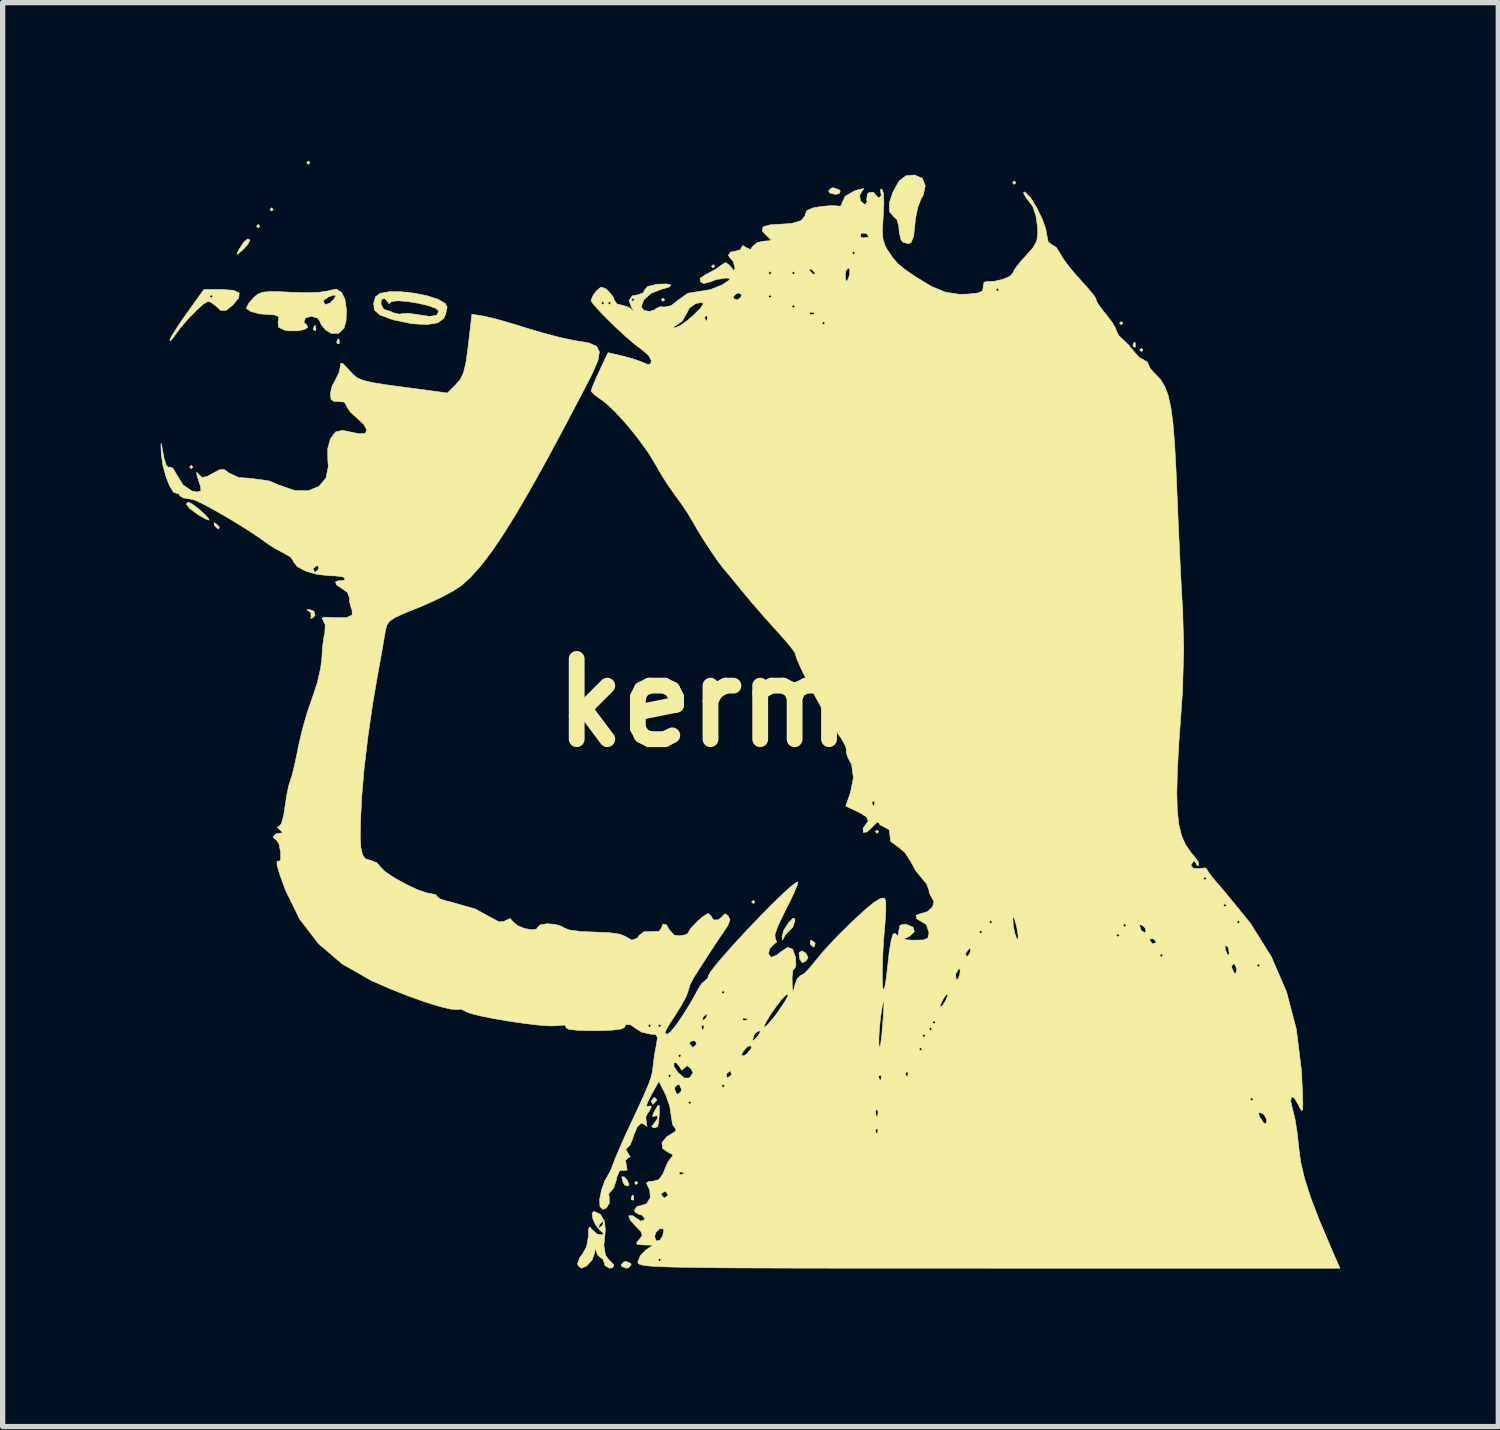
<source format=kicad_pcb>
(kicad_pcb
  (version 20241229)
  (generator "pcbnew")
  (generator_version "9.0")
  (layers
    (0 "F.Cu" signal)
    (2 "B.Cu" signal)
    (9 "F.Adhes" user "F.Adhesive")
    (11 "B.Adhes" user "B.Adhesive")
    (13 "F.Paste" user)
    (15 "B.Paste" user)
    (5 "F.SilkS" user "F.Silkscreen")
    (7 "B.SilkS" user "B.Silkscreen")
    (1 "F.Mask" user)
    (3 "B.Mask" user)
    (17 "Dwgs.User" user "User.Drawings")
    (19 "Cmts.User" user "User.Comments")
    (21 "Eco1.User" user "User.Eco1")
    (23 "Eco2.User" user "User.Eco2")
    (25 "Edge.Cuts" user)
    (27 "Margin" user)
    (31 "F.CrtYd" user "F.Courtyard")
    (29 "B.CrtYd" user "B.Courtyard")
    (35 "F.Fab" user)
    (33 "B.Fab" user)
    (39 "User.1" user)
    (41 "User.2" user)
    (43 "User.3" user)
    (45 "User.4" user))
  (footprint "kermit"
    (layer "F.Cu")
    (at 11.09 10.292)
    (property "Reference" "kermit" (at 0 0 0) (layer "F.SilkS") (effects (font (size 1.524 1.524) (thickness 0.3))))
    (attr through_hole)
    (fp_poly (pts (xy -10.477 -4.477) (xy -10.509 -4.445) (xy -10.541 -4.477) (xy -10.509 -4.508) (xy -10.477 -4.477)) (stroke (width 0.01) (type solid)) (fill yes) (layer "F.SilkS"))
    (fp_poly (pts (xy -9.207 -9.049) (xy -9.239 -9.017) (xy -9.271 -9.049) (xy -9.239 -9.081) (xy -9.207 -9.049)) (stroke (width 0.01) (type solid)) (fill yes) (layer "F.SilkS"))
    (fp_poly (pts (xy -8.954 -9.366) (xy -8.985 -9.335) (xy -9.017 -9.366) (xy -8.985 -9.398) (xy -8.954 -9.366)) (stroke (width 0.01) (type solid)) (fill yes) (layer "F.SilkS"))
    (fp_poly (pts (xy -8.255 -10.255) (xy -8.287 -10.223) (xy -8.319 -10.255) (xy -8.287 -10.287) (xy -8.255 -10.255)) (stroke (width 0.01) (type solid)) (fill yes) (layer "F.SilkS"))
    (fp_poly (pts (xy -2.032 9.112) (xy -2.064 9.144) (xy -2.095 9.112) (xy -2.064 9.081) (xy -2.032 9.112)) (stroke (width 0.01) (type solid)) (fill yes) (layer "F.SilkS"))
    (fp_poly (pts (xy -1.524 -7.652) (xy -1.556 -7.62) (xy -1.587 -7.652) (xy -1.556 -7.684) (xy -1.524 -7.652)) (stroke (width 0.01) (type solid)) (fill yes) (layer "F.SilkS"))
    (fp_poly (pts (xy -0.572 -8.287) (xy -0.603 -8.255) (xy -0.635 -8.287) (xy -0.603 -8.319) (xy -0.572 -8.287)) (stroke (width 0.01) (type solid)) (fill yes) (layer "F.SilkS"))
    (fp_poly (pts (xy 0.191 3.778) (xy 0.159 3.81) (xy 0.127 3.778) (xy 0.159 3.747) (xy 0.191 3.778)) (stroke (width 0.01) (type solid)) (fill yes) (layer "F.SilkS"))
    (fp_poly (pts (xy 2.54 2.445) (xy 2.508 2.477) (xy 2.477 2.445) (xy 2.508 2.413) (xy 2.54 2.445)) (stroke (width 0.01) (type solid)) (fill yes) (layer "F.SilkS"))
    (fp_poly (pts (xy 5.144 -9.874) (xy 5.112 -9.842) (xy 5.08 -9.874) (xy 5.112 -9.906) (xy 5.144 -9.874)) (stroke (width 0.01) (type solid)) (fill yes) (layer "F.SilkS"))
    (fp_poly (pts (xy 7.176 -7.207) (xy 7.144 -7.176) (xy 7.112 -7.207) (xy 7.144 -7.239) (xy 7.176 -7.207)) (stroke (width 0.01) (type solid)) (fill yes) (layer "F.SilkS"))
    (fp_poly (pts (xy 7.556 -6.699) (xy 7.525 -6.668) (xy 7.493 -6.699) (xy 7.525 -6.731) (xy 7.556 -6.699)) (stroke (width 0.01) (type solid)) (fill yes) (layer "F.SilkS"))
    (fp_poly (pts (xy -8.149 -7.154) (xy -8.142 -7.079) (xy -8.149 -7.07) (xy -8.187 -7.078) (xy -8.191 -7.112) (xy -8.168 -7.164) (xy -8.149 -7.154)) (stroke (width 0.01) (type solid)) (fill yes) (layer "F.SilkS"))
    (fp_poly (pts (xy -7.705 -6.9) (xy -7.697 -6.825) (xy -7.705 -6.816) (xy -7.742 -6.824) (xy -7.747 -6.858) (xy -7.724 -6.91) (xy -7.705 -6.9)) (stroke (width 0.01) (type solid)) (fill yes) (layer "F.SilkS"))
    (fp_poly (pts (xy -2.117 9.356) (xy -2.109 9.431) (xy -2.117 9.44) (xy -2.154 9.432) (xy -2.159 9.398) (xy -2.136 9.346) (xy -2.117 9.356)) (stroke (width 0.01) (type solid)) (fill yes) (layer "F.SilkS"))
    (fp_poly (pts (xy 7.408 -6.837) (xy 7.416 -6.761) (xy 7.408 -6.752) (xy 7.371 -6.761) (xy 7.366 -6.795) (xy 7.389 -6.847) (xy 7.408 -6.837)) (stroke (width 0.01) (type solid)) (fill yes) (layer "F.SilkS"))
    (fp_poly (pts (xy -10.043 -3.403) (xy -9.975 -3.339) (xy -9.989 -3.303) (xy -9.998 -3.302) (xy -10.051 -3.347) (xy -10.071 -3.375) (xy -10.078 -3.419) (xy -10.043 -3.403)) (stroke (width 0.01) (type solid)) (fill yes) (layer "F.SilkS"))
    (fp_poly (pts (xy -2.295 8.998) (xy -2.239 9.052) (xy -2.199 9.138) (xy -2.216 9.172) (xy -2.282 9.153) (xy -2.313 9.103) (xy -2.338 8.997) (xy -2.295 8.998)) (stroke (width 0.01) (type solid)) (fill yes) (layer "F.SilkS"))
    (fp_poly (pts (xy 1.157 4.751) (xy 1.199 4.838) (xy 1.158 4.9) (xy 1.087 4.934) (xy 1.042 4.866) (xy 1.027 4.747) (xy 1.08 4.706) (xy 1.157 4.751)) (stroke (width 0.01) (type solid)) (fill yes) (layer "F.SilkS"))
    (fp_poly (pts (xy -2.17 10.639) (xy -2.159 10.668) (xy -2.21 10.724) (xy -2.254 10.732) (xy -2.339 10.697) (xy -2.349 10.668) (xy -2.298 10.612) (xy -2.254 10.604) (xy -2.17 10.639)) (stroke (width 0.01) (type solid)) (fill yes) (layer "F.SilkS"))
    (fp_poly (pts (xy -1.673 7.532) (xy -1.683 7.556) (xy -1.74 7.617) (xy -1.75 7.62) (xy -1.777 7.571) (xy -1.778 7.556) (xy -1.729 7.495) (xy -1.711 7.493) (xy -1.673 7.532)) (stroke (width 0.01) (type solid)) (fill yes) (layer "F.SilkS"))
    (fp_poly (pts (xy 1.331 4.555) (xy 1.333 4.572) (xy 1.312 4.634) (xy 1.305 4.636) (xy 1.251 4.591) (xy 1.238 4.572) (xy 1.243 4.513) (xy 1.266 4.508) (xy 1.331 4.555)) (stroke (width 0.01) (type solid)) (fill yes) (layer "F.SilkS"))
    (fp_poly (pts (xy 1.787 -9.74) (xy 1.81 -9.716) (xy 1.79 -9.666) (xy 1.718 -9.652) (xy 1.613 -9.678) (xy 1.587 -9.716) (xy 1.639 -9.772) (xy 1.679 -9.779) (xy 1.787 -9.74)) (stroke (width 0.01) (type solid)) (fill yes) (layer "F.SilkS"))
    (fp_poly (pts (xy -9.4 -8.792) (xy -9.398 -8.777) (xy -9.441 -8.697) (xy -9.534 -8.598) (xy -9.628 -8.518) (xy -9.642 -8.526) (xy -9.597 -8.617) (xy -9.516 -8.74) (xy -9.44 -8.806) (xy -9.4 -8.792)) (stroke (width 0.01) (type solid)) (fill yes) (layer "F.SilkS"))
    (fp_poly (pts (xy -8.18 -1.74) (xy -8.159 -1.663) (xy -8.2 -1.614) (xy -8.245 -1.605) (xy -8.233 -1.636) (xy -8.24 -1.715) (xy -8.27 -1.736) (xy -8.313 -1.765) (xy -8.275 -1.773) (xy -8.18 -1.74)) (stroke (width 0.01) (type solid)) (fill yes) (layer "F.SilkS"))
    (fp_poly (pts (xy -10.486 -3.771) (xy -10.375 -3.686) (xy -10.261 -3.585) (xy -10.182 -3.501) (xy -10.169 -3.468) (xy -10.231 -3.488) (xy -10.357 -3.558) (xy -10.396 -3.583) (xy -10.541 -3.692) (xy -10.604 -3.773) (xy -10.572 -3.808) (xy -10.557 -3.808) (xy -10.486 -3.771)) (stroke (width 0.01) (type solid)) (fill yes) (layer "F.SilkS"))
    (fp_poly (pts (xy 0.946 4.096) (xy 0.95 4.14) (xy 0.907 4.262) (xy 0.867 4.299) (xy 0.766 4.403) (xy 0.745 4.445) (xy 0.714 4.503) (xy 0.704 4.437) (xy 0.704 4.436) (xy 0.738 4.315) (xy 0.823 4.182) (xy 0.91 4.09) (xy 0.946 4.096)) (stroke (width 0.01) (type solid)) (fill yes) (layer "F.SilkS"))
    (fp_poly (pts (xy -1.623 7.646) (xy -1.623 7.771) (xy -1.624 7.795) (xy -1.637 7.964) (xy -1.658 8.042) (xy -1.7 8.064) (xy -1.727 8.065) (xy -1.771 8.046) (xy -1.727 7.988) (xy -1.662 7.896) (xy -1.66 7.836) (xy -1.721 7.846) (xy -1.757 7.847) (xy -1.719 7.755) (xy -1.651 7.642) (xy -1.623 7.646)) (stroke (width 0.01) (type solid)) (fill yes) (layer "F.SilkS"))
    (fp_poly (pts (xy 3.367 -9.956) (xy 3.424 -9.819) (xy 3.385 -9.639) (xy 3.342 -9.561) (xy 3.283 -9.412) (xy 3.239 -9.198) (xy 3.226 -9.073) (xy 3.203 -8.858) (xy 3.158 -8.745) (xy 3.104 -8.713) (xy 2.996 -8.746) (xy 2.961 -8.797) (xy 2.928 -8.945) (xy 2.921 -9.047) (xy 2.884 -9.177) (xy 2.826 -9.23) (xy 2.745 -9.323) (xy 2.743 -9.495) (xy 2.809 -9.697) (xy 2.927 -9.906) (xy 3.058 -10.007) (xy 3.222 -10.021) (xy 3.367 -9.956)) (stroke (width 0.01) (type solid)) (fill yes) (layer "F.SilkS"))
    (fp_poly (pts (xy -9.704 -7.831) (xy -9.599 -7.781) (xy -9.608 -7.688) (xy -9.716 -7.556) (xy -9.848 -7.45) (xy -9.947 -7.447) (xy -10.033 -7.525) (xy -10.137 -7.605) (xy -10.191 -7.62) (xy -10.273 -7.575) (xy -10.404 -7.458) (xy -10.559 -7.3) (xy -10.709 -7.127) (xy -10.826 -6.97) (xy -10.839 -6.949) (xy -10.898 -6.876) (xy -10.918 -6.883) (xy -10.885 -6.956) (xy -10.793 -7.105) (xy -10.66 -7.302) (xy -10.595 -7.393) (xy -10.364 -7.715) (xy -10.16 -7.715) (xy -10.128 -7.684) (xy -10.097 -7.715) (xy -10.128 -7.747) (xy -10.16 -7.715) (xy -10.364 -7.715) (xy -10.269 -7.847) (xy -9.929 -7.847) (xy -9.704 -7.831)) (stroke (width 0.01) (type solid)) (fill yes) (layer "F.SilkS"))
    (fp_poly (pts (xy -6.521 -7.804) (xy -6.269 -7.776) (xy -6.024 -7.726) (xy -5.82 -7.659) (xy -5.686 -7.58) (xy -5.652 -7.513) (xy -5.68 -7.383) (xy -5.717 -7.298) (xy -5.831 -7.214) (xy -6.038 -7.18) (xy -6.318 -7.197) (xy -6.648 -7.265) (xy -6.715 -7.284) (xy -6.93 -7.364) (xy -7.035 -7.459) (xy -7.045 -7.572) (xy -6.909 -7.572) (xy -6.861 -7.477) (xy -6.825 -7.46) (xy -6.719 -7.428) (xy -6.68 -7.407) (xy -6.557 -7.378) (xy -6.516 -7.386) (xy -6.401 -7.395) (xy -6.233 -7.374) (xy -6.217 -7.371) (xy -5.982 -7.336) (xy -5.85 -7.358) (xy -5.81 -7.436) (xy -5.866 -7.488) (xy -6.007 -7.54) (xy -6.199 -7.585) (xy -6.403 -7.618) (xy -6.585 -7.632) (xy -6.706 -7.62) (xy -6.736 -7.594) (xy -6.757 -7.574) (xy -6.773 -7.604) (xy -6.84 -7.679) (xy -6.901 -7.656) (xy -6.909 -7.572) (xy -7.045 -7.572) (xy -7.046 -7.591) (xy -7.01 -7.71) (xy -6.923 -7.775) (xy -6.75 -7.805) (xy -6.521 -7.804)) (stroke (width 0.01) (type solid)) (fill yes) (layer "F.SilkS"))
    (fp_poly (pts (xy -2.744 9.708) (xy -2.663 9.844) (xy -2.649 10.013) (xy -2.677 10.298) (xy -2.647 10.485) (xy -2.578 10.576) (xy -2.486 10.669) (xy -2.508 10.722) (xy -2.572 10.732) (xy -2.656 10.681) (xy -2.667 10.636) (xy -2.699 10.552) (xy -2.726 10.541) (xy -2.789 10.489) (xy -2.814 10.43) (xy -2.838 10.355) (xy -2.848 10.404) (xy -2.85 10.434) (xy -2.901 10.576) (xy -3.008 10.692) (xy -3.107 10.732) (xy -3.168 10.68) (xy -3.175 10.641) (xy -3.133 10.526) (xy -3.073 10.448) (xy -3.004 10.318) (xy -2.972 10.134) (xy -2.972 10.114) (xy -2.965 9.974) (xy -2.941 9.947) (xy -2.911 9.989) (xy -2.812 10.08) (xy -2.747 10.097) (xy -2.677 10.088) (xy -2.712 10.043) (xy -2.744 10.017) (xy -2.788 9.965) (xy -2.778 9.965) (xy -2.77 9.97) (xy -2.712 9.925) (xy -2.699 9.906) (xy -2.683 9.847) (xy -2.691 9.842) (xy -2.749 9.887) (xy -2.762 9.906) (xy -2.778 9.965) (xy -2.788 9.965) (xy -2.828 9.917) (xy -2.886 9.793) (xy -2.902 9.69) (xy -2.866 9.652) (xy -2.744 9.708)) (stroke (width 0.01) (type solid)) (fill yes) (layer "F.SilkS"))
    (fp_poly (pts (xy -7.656 -7.792) (xy -7.592 -7.66) (xy -7.563 -7.461) (xy -7.571 -7.252) (xy -7.609 -7.112) (xy -7.71 -7.015) (xy -7.852 -7.013) (xy -7.963 -7.083) (xy -8.044 -7.185) (xy -8.065 -7.237) (xy -8.116 -7.306) (xy -8.227 -7.337) (xy -8.332 -7.312) (xy -8.344 -7.302) (xy -8.372 -7.224) (xy -8.321 -7.177) (xy -8.297 -7.127) (xy -8.365 -7.086) (xy -8.493 -7.061) (xy -8.646 -7.061) (xy -8.735 -7.075) (xy -8.851 -7.128) (xy -8.863 -7.221) (xy -8.858 -7.241) (xy -8.85 -7.331) (xy -8.927 -7.364) (xy -8.997 -7.367) (xy -9.209 -7.384) (xy -9.375 -7.427) (xy -9.458 -7.485) (xy -9.461 -7.5) (xy -9.421 -7.581) (xy -9.393 -7.613) (xy -8.001 -7.613) (xy -7.964 -7.559) (xy -7.877 -7.589) (xy -7.811 -7.652) (xy -7.76 -7.73) (xy -7.807 -7.74) (xy -7.901 -7.708) (xy -7.988 -7.646) (xy -8.001 -7.613) (xy -9.393 -7.613) (xy -9.326 -7.692) (xy -9.251 -7.756) (xy -9.162 -7.793) (xy -9.029 -7.808) (xy -8.822 -7.805) (xy -8.615 -7.794) (xy -8.322 -7.786) (xy -8.079 -7.794) (xy -7.92 -7.818) (xy -7.897 -7.826) (xy -7.759 -7.855) (xy -7.656 -7.792)) (stroke (width 0.01) (type solid)) (fill yes) (layer "F.SilkS"))
    (fp_poly (pts (xy 2.24 -9.734) (xy 2.229 -9.726) (xy 2.178 -9.634) (xy 2.195 -9.525) (xy 2.267 -9.463) (xy 2.282 -9.461) (xy 2.32 -9.507) (xy 2.311 -9.55) (xy 2.325 -9.657) (xy 2.357 -9.689) (xy 2.441 -9.693) (xy 2.462 -9.663) (xy 2.529 -9.593) (xy 2.552 -9.588) (xy 2.589 -9.635) (xy 2.579 -9.687) (xy 2.575 -9.753) (xy 2.603 -9.747) (xy 2.631 -9.666) (xy 2.638 -9.484) (xy 2.626 -9.247) (xy 2.61 -8.987) (xy 2.619 -8.812) (xy 2.659 -8.682) (xy 2.705 -8.599) (xy 2.807 -8.448) (xy 2.904 -8.338) (xy 3.031 -8.232) (xy 3.227 -8.096) (xy 3.239 -8.089) (xy 3.546 -7.902) (xy 3.808 -7.796) (xy 4.065 -7.756) (xy 4.229 -7.759) (xy 4.417 -7.779) (xy 4.505 -7.815) (xy 4.513 -7.842) (xy 4.763 -7.842) (xy 4.794 -7.811) (xy 4.826 -7.842) (xy 4.794 -7.874) (xy 4.763 -7.842) (xy 4.513 -7.842) (xy 4.523 -7.88) (xy 4.521 -7.893) (xy 4.54 -7.984) (xy 4.584 -7.996) (xy 4.727 -8.001) (xy 4.889 -8.038) (xy 5.024 -8.093) (xy 5.081 -8.151) (xy 5.081 -8.152) (xy 5.122 -8.234) (xy 5.228 -8.37) (xy 5.327 -8.48) (xy 5.47 -8.641) (xy 5.54 -8.768) (xy 5.559 -8.914) (xy 5.553 -9.042) (xy 5.523 -9.247) (xy 5.47 -9.409) (xy 5.443 -9.452) (xy 5.339 -9.587) (xy 5.288 -9.677) (xy 5.304 -9.7) (xy 5.323 -9.69) (xy 5.426 -9.583) (xy 5.54 -9.399) (xy 5.644 -9.185) (xy 5.713 -8.988) (xy 5.729 -8.893) (xy 5.759 -8.747) (xy 5.821 -8.7) (xy 5.91 -8.647) (xy 5.967 -8.557) (xy 6.041 -8.432) (xy 6.17 -8.259) (xy 6.281 -8.128) (xy 6.464 -7.924) (xy 6.577 -7.793) (xy 6.639 -7.715) (xy 6.664 -7.67) (xy 6.67 -7.639) (xy 6.71 -7.564) (xy 6.807 -7.434) (xy 6.861 -7.368) (xy 6.974 -7.219) (xy 7.041 -7.101) (xy 7.048 -7.07) (xy 7.095 -6.974) (xy 7.163 -6.909) (xy 7.284 -6.794) (xy 7.386 -6.668) (xy 7.488 -6.554) (xy 7.574 -6.509) (xy 7.646 -6.463) (xy 7.652 -6.437) (xy 7.695 -6.345) (xy 7.787 -6.246) (xy 7.888 -6.14) (xy 7.969 -6.009) (xy 8.034 -5.838) (xy 8.085 -5.61) (xy 8.125 -5.312) (xy 8.157 -4.927) (xy 8.183 -4.44) (xy 8.199 -4.064) (xy 8.219 -3.579) (xy 8.241 -3.079) (xy 8.264 -2.598) (xy 8.286 -2.168) (xy 8.305 -1.822) (xy 8.31 -1.746) (xy 8.331 -1.015) (xy 8.305 -0.198) (xy 8.281 0.159) (xy 8.236 0.783) (xy 8.209 1.296) (xy 8.199 1.712) (xy 8.208 2.044) (xy 8.237 2.308) (xy 8.288 2.518) (xy 8.362 2.687) (xy 8.459 2.831) (xy 8.523 2.904) (xy 8.604 3.016) (xy 8.617 3.088) (xy 8.615 3.09) (xy 8.576 3.083) (xy 8.572 3.055) (xy 8.535 3.007) (xy 8.508 3.017) (xy 8.465 3.083) (xy 8.513 3.138) (xy 8.617 3.148) (xy 8.641 3.142) (xy 8.74 3.132) (xy 8.765 3.155) (xy 8.806 3.224) (xy 8.912 3.358) (xy 9.062 3.531) (xy 9.084 3.556) (xy 9.598 4.186) (xy 9.994 4.822) (xy 10.281 5.485) (xy 10.468 6.197) (xy 10.564 6.977) (xy 10.571 7.115) (xy 10.585 7.425) (xy 10.591 7.623) (xy 10.586 7.723) (xy 10.568 7.741) (xy 10.536 7.692) (xy 10.501 7.62) (xy 10.424 7.494) (xy 10.373 7.48) (xy 10.361 7.561) (xy 10.397 7.724) (xy 10.406 7.751) (xy 10.444 7.909) (xy 10.481 8.145) (xy 10.51 8.41) (xy 10.512 8.432) (xy 10.55 8.717) (xy 10.624 9.03) (xy 10.74 9.392) (xy 10.905 9.822) (xy 11.124 10.341) (xy 11.149 10.398) (xy 11.296 10.732) (xy 4.632 10.732) (xy 3.567 10.731) (xy 2.622 10.731) (xy 1.79 10.731) (xy 1.063 10.73) (xy 0.435 10.728) (xy -0.102 10.726) (xy -0.555 10.723) (xy -0.931 10.718) (xy -1.238 10.713) (xy -1.481 10.707) (xy -1.669 10.699) (xy -1.809 10.69) (xy -1.907 10.679) (xy -1.972 10.666) (xy -2.009 10.652) (xy -2.027 10.636) (xy -2.032 10.617) (xy -2.032 10.612) (xy -2.016 10.573) (xy -1.651 10.573) (xy -1.619 10.604) (xy -1.587 10.573) (xy -1.619 10.541) (xy -1.651 10.573) (xy -2.016 10.573) (xy -1.983 10.489) (xy -1.889 10.393) (xy -1.746 10.294) (xy -1.925 10.29) (xy -2.045 10.281) (xy -2.055 10.243) (xy -2.006 10.188) (xy -1.964 10.132) (xy -1.714 10.132) (xy -1.682 10.215) (xy -1.614 10.201) (xy -1.561 10.119) (xy -1.541 10.016) (xy -1.55 9.986) (xy -1.621 9.983) (xy -1.691 10.053) (xy -1.714 10.132) (xy -1.964 10.132) (xy -1.95 10.113) (xy -1.97 10.04) (xy -2.074 9.933) (xy -2.174 9.821) (xy -2.204 9.743) (xy -2.2 9.735) (xy -2.126 9.735) (xy -2.082 9.767) (xy -1.977 9.837) (xy -1.912 9.816) (xy -1.905 9.779) (xy -1.956 9.723) (xy -2 9.716) (xy -2.085 9.668) (xy -2.095 9.627) (xy -2.045 9.556) (xy -1.993 9.548) (xy -1.865 9.508) (xy -1.796 9.391) (xy -1.8 9.335) (xy -1.587 9.335) (xy -1.539 9.396) (xy -1.524 9.398) (xy -1.462 9.35) (xy -1.46 9.335) (xy -1.509 9.273) (xy -1.524 9.271) (xy -1.586 9.319) (xy -1.587 9.335) (xy -1.8 9.335) (xy -1.807 9.245) (xy -1.827 9.208) (xy -1.871 9.113) (xy -1.819 9.083) (xy -1.752 9.081) (xy -1.632 9.049) (xy -1.552 8.934) (xy -1.543 8.911) (xy -1.249 8.911) (xy -1.24 8.949) (xy -1.206 8.954) (xy -1.154 8.93) (xy -1.164 8.911) (xy -1.24 8.904) (xy -1.249 8.911) (xy -1.543 8.911) (xy -1.525 8.862) (xy -1.458 8.709) (xy -1.387 8.618) (xy -1.378 8.613) (xy -1.368 8.575) (xy -1.445 8.538) (xy -1.563 8.458) (xy -1.574 8.346) (xy -1.482 8.234) (xy -1.413 8.193) (xy -1.312 8.129) (xy -1.312 8.128) (xy 2.477 8.128) (xy 2.5 8.18) (xy 2.519 8.17) (xy 2.526 8.095) (xy 2.519 8.086) (xy 2.481 8.094) (xy 2.477 8.128) (xy -1.312 8.128) (xy -1.313 8.085) (xy -1.318 8.083) (xy -1.373 8.006) (xy -1.397 7.859) (xy -1.397 7.85) (xy -1.409 7.773) (xy 2.482 7.773) (xy 2.493 7.856) (xy 2.515 7.857) (xy 2.529 7.778) (xy 9.746 7.778) (xy 9.765 7.847) (xy 9.78 7.875) (xy 9.855 7.985) (xy 9.898 7.978) (xy 9.906 7.913) (xy 9.855 7.815) (xy 9.809 7.787) (xy 9.746 7.778) (xy 2.529 7.778) (xy 2.53 7.772) (xy 2.52 7.735) (xy 2.492 7.711) (xy 2.482 7.773) (xy -1.409 7.773) (xy -1.427 7.657) (xy -1.451 7.588) (xy -1.079 7.588) (xy -1.048 7.62) (xy -1.016 7.588) (xy -1.048 7.556) (xy -1.079 7.588) (xy -1.451 7.588) (xy -1.473 7.525) (xy 9.588 7.525) (xy 9.62 7.556) (xy 9.652 7.525) (xy 9.62 7.493) (xy 9.588 7.525) (xy -1.473 7.525) (xy -1.5 7.446) (xy -1.515 7.416) (xy -1.556 7.334) (xy -1.333 7.334) (xy -1.299 7.419) (xy -1.27 7.429) (xy -1.214 7.378) (xy -1.206 7.334) (xy -1.232 7.271) (xy -0.445 7.271) (xy -0.413 7.303) (xy -0.381 7.271) (xy -0.413 7.239) (xy -0.445 7.271) (xy -1.232 7.271) (xy -1.241 7.25) (xy -1.27 7.239) (xy -1.326 7.29) (xy -1.333 7.334) (xy -1.556 7.334) (xy -1.633 7.185) (xy -1.778 7.444) (xy -1.849 7.584) (xy -1.867 7.657) (xy -1.851 7.658) (xy -1.786 7.652) (xy -1.778 7.676) (xy -1.824 7.765) (xy -1.844 7.78) (xy -1.881 7.866) (xy -1.872 7.959) (xy -1.857 8.042) (xy -1.891 8.014) (xy -1.966 7.976) (xy -2.045 8.051) (xy -2.117 8.225) (xy -2.129 8.271) (xy -2.181 8.397) (xy -2.237 8.445) (xy -2.258 8.483) (xy -2.223 8.541) (xy -2.177 8.618) (xy -2.219 8.636) (xy -2.266 8.685) (xy -2.251 8.773) (xy -2.236 8.87) (xy -2.292 8.877) (xy -2.304 8.872) (xy -2.379 8.882) (xy -2.429 8.996) (xy -2.441 9.053) (xy -2.485 9.198) (xy -2.539 9.269) (xy -2.547 9.271) (xy -2.584 9.32) (xy -2.575 9.389) (xy -2.575 9.5) (xy -2.627 9.586) (xy -2.697 9.615) (xy -2.751 9.562) (xy -2.758 9.43) (xy -2.722 9.246) (xy -2.659 9.071) (xy -2.614 8.995) (xy -2.55 8.879) (xy -2.508 8.769) (xy -2.462 8.648) (xy -2.375 8.445) (xy -2.262 8.191) (xy -2.176 8.007) (xy -2.017 7.666) (xy -1.905 7.418) (xy -1.829 7.241) (xy -1.784 7.114) (xy -1.775 7.08) (xy -1.46 7.08) (xy -1.429 7.112) (xy -1.397 7.08) (xy -1.429 7.048) (xy -1.46 7.08) (xy -1.775 7.08) (xy -1.759 7.014) (xy -1.746 6.92) (xy -1.744 6.899) (xy -1.349 6.899) (xy -1.276 7.01) (xy -1.264 7.023) (xy -1.149 7.121) (xy -1.062 7.121) (xy -1.037 7.103) (xy -1.003 7.048) (xy -0.349 7.048) (xy -0.344 7.107) (xy -0.321 7.112) (xy 2.54 7.112) (xy 2.563 7.164) (xy 2.582 7.154) (xy 2.59 7.079) (xy 2.582 7.07) (xy 2.545 7.078) (xy 2.54 7.112) (xy -0.321 7.112) (xy -0.257 7.066) (xy -0.254 7.048) (xy 3.048 7.048) (xy 3.071 7.101) (xy 3.09 7.091) (xy 3.098 7.015) (xy 3.09 7.006) (xy 3.053 7.015) (xy 3.048 7.048) (xy -0.254 7.048) (xy -0.276 6.987) (xy -0.282 6.985) (xy -0.336 7.029) (xy -0.349 7.048) (xy -1.003 7.048) (xy -0.985 7.019) (xy -1.025 6.942) (xy -1.098 6.886) (xy -1.15 6.933) (xy -1.2 6.971) (xy -1.241 6.904) (xy -1.303 6.831) (xy -1.345 6.833) (xy -1.349 6.899) (xy -1.744 6.899) (xy -1.743 6.89) (xy -1.719 6.699) (xy -1.27 6.699) (xy -1.238 6.731) (xy -1.206 6.699) (xy -1.223 6.683) (xy -0.064 6.683) (xy -0.025 6.702) (xy 0.032 6.668) (xy 0.111 6.572) (xy 3.302 6.572) (xy 3.334 6.604) (xy 3.365 6.572) (xy 3.334 6.54) (xy 3.302 6.572) (xy 0.111 6.572) (xy 0.112 6.572) (xy 0.127 6.525) (xy 0.089 6.506) (xy 0.032 6.54) (xy -0.048 6.636) (xy -0.064 6.683) (xy -1.223 6.683) (xy -1.238 6.668) (xy -1.27 6.699) (xy -1.719 6.699) (xy -1.717 6.683) (xy -1.681 6.493) (xy -1.673 6.443) (xy -1.053 6.443) (xy -1.048 6.477) (xy -0.993 6.538) (xy -0.984 6.54) (xy -0.934 6.496) (xy -0.921 6.477) (xy -0.936 6.423) (xy -0.984 6.413) (xy -1.053 6.443) (xy -1.673 6.443) (xy -1.667 6.401) (xy 0.147 6.401) (xy 0.153 6.413) (xy 0.206 6.372) (xy 0.217 6.359) (xy 2.544 6.359) (xy 2.545 6.492) (xy 2.56 6.538) (xy 2.564 6.535) (xy 2.579 6.464) (xy 2.596 6.318) (xy 3.365 6.318) (xy 3.397 6.35) (xy 3.429 6.318) (xy 3.397 6.287) (xy 3.365 6.318) (xy 2.596 6.318) (xy 2.599 6.298) (xy 2.608 6.191) (xy 3.493 6.191) (xy 3.524 6.223) (xy 3.556 6.191) (xy 3.524 6.16) (xy 3.493 6.191) (xy 2.608 6.191) (xy 2.618 6.069) (xy 2.618 6.064) (xy 3.556 6.064) (xy 3.588 6.096) (xy 3.619 6.064) (xy 3.588 6.032) (xy 3.556 6.064) (xy 2.618 6.064) (xy 2.623 6.001) (xy 2.637 5.772) (xy 2.637 5.75) (xy 3.706 5.75) (xy 3.71 5.779) (xy 3.761 5.73) (xy 3.81 5.652) (xy 3.851 5.553) (xy 3.846 5.524) (xy 3.795 5.573) (xy 3.747 5.652) (xy 3.706 5.75) (xy 2.637 5.75) (xy 2.638 5.664) (xy 2.627 5.672) (xy 2.604 5.779) (xy 2.575 5.968) (xy 2.554 6.173) (xy 2.544 6.359) (xy 0.217 6.359) (xy 0.254 6.318) (xy 0.293 6.241) (xy 0.269 6.223) (xy 0.192 6.274) (xy 0.168 6.318) (xy 0.147 6.401) (xy -1.667 6.401) (xy -1.659 6.353) (xy -1.694 6.296) (xy -1.797 6.287) (xy -1.96 6.25) (xy -2.055 6.191) (xy -2.146 6.128) (xy -1.841 6.128) (xy -1.81 6.16) (xy -1.778 6.128) (xy -1.651 6.128) (xy -1.619 6.16) (xy -1.587 6.128) (xy -1.619 6.096) (xy -1.651 6.128) (xy -1.778 6.128) (xy -1.81 6.096) (xy -1.841 6.128) (xy -2.146 6.128) (xy -2.171 6.111) (xy -2.259 6.106) (xy -2.286 6.16) (xy -2.346 6.19) (xy -2.512 6.212) (xy -2.764 6.222) (xy -2.861 6.223) (xy -3.162 6.217) (xy -3.34 6.197) (xy -3.398 6.165) (xy -3.395 6.155) (xy -3.412 6.116) (xy -3.545 6.124) (xy -3.57 6.129) (xy -3.704 6.133) (xy -3.919 6.117) (xy -4.186 6.085) (xy -4.477 6.043) (xy -4.763 5.994) (xy -5.016 5.943) (xy -5.209 5.895) (xy -5.312 5.854) (xy -5.321 5.844) (xy -5.389 5.814) (xy -5.451 5.821) (xy -5.577 5.815) (xy -5.793 5.764) (xy -6.077 5.676) (xy -6.403 5.559) (xy -6.748 5.422) (xy -7.087 5.273) (xy -7.09 5.272) (xy -7.644 4.956) (xy -8.095 4.57) (xy -8.452 4.104) (xy -8.724 3.55) (xy -8.734 3.523) (xy -8.832 3.249) (xy -8.881 3.08) (xy -8.881 3.004) (xy -8.84 3.008) (xy -8.813 2.975) (xy -8.812 2.853) (xy -8.815 2.821) (xy -8.846 2.676) (xy -8.89 2.605) (xy -8.897 2.603) (xy -8.952 2.555) (xy -8.954 2.54) (xy -8.901 2.486) (xy -8.842 2.476) (xy -8.769 2.465) (xy -8.814 2.421) (xy -8.826 2.413) (xy -8.875 2.362) (xy -8.847 2.35) (xy -8.798 2.291) (xy -8.754 2.132) (xy -8.732 1.984) (xy -8.699 1.76) (xy -8.66 1.572) (xy -8.634 1.492) (xy -8.595 1.371) (xy -8.545 1.165) (xy -8.492 0.914) (xy -8.482 0.857) (xy -8.409 0.536) (xy -8.311 0.19) (xy -8.212 -0.095) (xy -8.118 -0.38) (xy -8.053 -0.663) (xy -8.03 -0.857) (xy -8.016 -1.076) (xy -7.989 -1.263) (xy -7.975 -1.321) (xy -7.966 -1.482) (xy -8.001 -1.555) (xy -8.026 -1.608) (xy -7.972 -1.627) (xy -7.817 -1.62) (xy -7.787 -1.617) (xy -7.565 -1.617) (xy -7.455 -1.669) (xy -7.458 -1.769) (xy -7.472 -1.794) (xy -7.506 -1.923) (xy -7.503 -1.984) (xy -7.544 -2.096) (xy -7.646 -2.168) (xy -7.751 -2.238) (xy -7.772 -2.296) (xy -7.698 -2.325) (xy -7.684 -2.318) (xy -7.606 -2.328) (xy -7.589 -2.348) (xy -7.62 -2.389) (xy -7.764 -2.41) (xy -7.876 -2.413) (xy -8.112 -2.437) (xy -8.329 -2.498) (xy -8.409 -2.54) (xy -8.191 -2.54) (xy -8.17 -2.478) (xy -8.163 -2.477) (xy -8.109 -2.521) (xy -8.096 -2.54) (xy -8.101 -2.599) (xy -8.124 -2.603) (xy -8.189 -2.557) (xy -8.191 -2.54) (xy -8.409 -2.54) (xy -8.493 -2.584) (xy -8.57 -2.679) (xy -8.572 -2.697) (xy -8.624 -2.767) (xy -8.749 -2.841) (xy -8.925 -2.933) (xy -9.051 -3.015) (xy -9.24 -3.151) (xy -9.483 -3.309) (xy -9.75 -3.474) (xy -10.014 -3.628) (xy -10.245 -3.755) (xy -10.416 -3.838) (xy -10.477 -3.86) (xy -10.617 -3.884) (xy -10.652 -3.888) (xy -10.726 -3.93) (xy -10.732 -3.951) (xy -10.769 -3.982) (xy -10.785 -3.975) (xy -10.847 -3.999) (xy -10.92 -4.117) (xy -10.991 -4.298) (xy -11.048 -4.509) (xy -11.079 -4.72) (xy -11.079 -4.73) (xy -11.085 -4.877) (xy -11.081 -4.927) (xy -11.072 -4.889) (xy -11.027 -4.647) (xy -10.986 -4.513) (xy -10.943 -4.471) (xy -10.92 -4.478) (xy -10.857 -4.454) (xy -10.793 -4.344) (xy -10.792 -4.343) (xy -10.668 -4.139) (xy -10.497 -4.021) (xy -10.4 -4.003) (xy -10.328 -4.02) (xy -10.33 -4.101) (xy -10.352 -4.163) (xy -10.402 -4.315) (xy -10.407 -4.379) (xy -10.367 -4.341) (xy -10.357 -4.326) (xy -10.3 -4.278) (xy -10.207 -4.299) (xy -10.106 -4.354) (xy -9.97 -4.426) (xy -9.886 -4.43) (xy -9.798 -4.367) (xy -9.791 -4.361) (xy -9.606 -4.277) (xy -9.392 -4.263) (xy -9.043 -4.216) (xy -8.832 -4.13) (xy -8.546 -4.031) (xy -8.291 -4.026) (xy -8.087 -4.108) (xy -7.953 -4.267) (xy -7.907 -4.493) (xy -7.916 -4.583) (xy -7.921 -4.82) (xy -7.867 -5.016) (xy -7.769 -5.143) (xy -7.638 -5.173) (xy -7.637 -5.173) (xy -7.455 -5.135) (xy -7.334 -5.111) (xy -7.209 -5.113) (xy -7.177 -5.179) (xy -7.235 -5.288) (xy -7.366 -5.408) (xy -7.491 -5.521) (xy -7.555 -5.618) (xy -7.556 -5.632) (xy -7.606 -5.71) (xy -7.759 -5.724) (xy -7.795 -5.72) (xy -7.856 -5.76) (xy -7.869 -5.873) (xy -7.835 -6.017) (xy -7.777 -6.124) (xy -7.701 -6.276) (xy -7.682 -6.378) (xy -7.671 -6.449) (xy -7.628 -6.438) (xy -7.532 -6.337) (xy -7.507 -6.308) (xy -7.431 -6.226) (xy -7.351 -6.166) (xy -7.242 -6.12) (xy -7.082 -6.082) (xy -6.844 -6.043) (xy -6.506 -5.997) (xy -6.49 -5.995) (xy -5.646 -5.882) (xy -5.482 -6.047) (xy -5.399 -6.147) (xy -5.341 -6.271) (xy -5.297 -6.451) (xy -5.259 -6.719) (xy -5.25 -6.795) (xy -5.183 -7.378) (xy -4.957 -7.341) (xy -4.797 -7.305) (xy -4.557 -7.24) (xy -4.277 -7.156) (xy -4.128 -7.109) (xy -3.823 -7.018) (xy -3.52 -6.939) (xy -3.266 -6.884) (xy -3.182 -6.87) (xy -2.953 -6.83) (xy -2.815 -6.768) (xy -2.762 -6.664) (xy -2.789 -6.501) (xy -2.892 -6.261) (xy -2.981 -6.085) (xy -3.387 -5.309) (xy -3.746 -4.639) (xy -4.064 -4.068) (xy -4.344 -3.586) (xy -4.594 -3.186) (xy -4.817 -2.858) (xy -5.02 -2.594) (xy -5.208 -2.385) (xy -5.373 -2.233) (xy -5.534 -2.127) (xy -5.774 -1.998) (xy -6.053 -1.869) (xy -6.196 -1.809) (xy -6.467 -1.701) (xy -6.641 -1.62) (xy -6.743 -1.552) (xy -6.796 -1.478) (xy -6.822 -1.382) (xy -6.828 -1.343) (xy -6.859 -1.163) (xy -6.903 -0.912) (xy -6.952 -0.643) (xy -6.954 -0.635) (xy -7.063 -0.001) (xy -7.155 0.634) (xy -7.227 1.232) (xy -7.271 1.749) (xy -7.273 1.779) (xy -7.295 2.206) (xy -7.302 2.521) (xy -7.291 2.741) (xy -7.26 2.881) (xy -7.208 2.957) (xy -7.132 2.984) (xy -7.11 2.985) (xy -6.986 3.036) (xy -6.922 3.111) (xy -6.829 3.204) (xy -6.655 3.321) (xy -6.439 3.441) (xy -6.221 3.544) (xy -6.038 3.608) (xy -5.962 3.619) (xy -5.863 3.644) (xy -5.842 3.676) (xy -5.786 3.722) (xy -5.648 3.765) (xy -5.604 3.774) (xy -5.123 3.91) (xy -4.808 4.081) (xy -4.666 4.158) (xy -4.57 4.148) (xy -4.543 4.13) (xy -4.456 4.094) (xy -4.401 4.155) (xy -4.317 4.227) (xy -4.184 4.282) (xy -4.048 4.307) (xy -3.954 4.293) (xy -3.937 4.262) (xy -3.884 4.213) (xy -3.756 4.193) (xy -3.604 4.204) (xy -3.475 4.244) (xy -3.441 4.268) (xy -3.334 4.31) (xy -3.124 4.339) (xy -2.858 4.35) (xy -2.574 4.362) (xy -2.371 4.391) (xy -2.275 4.431) (xy -2.147 4.504) (xy -2.042 4.468) (xy -2.009 4.414) (xy -1.917 4.345) (xy -1.78 4.342) (xy -1.631 4.337) (xy -1.587 4.278) (xy -1.557 4.198) (xy -1.491 4.212) (xy -1.431 4.311) (xy -1.342 4.409) (xy -1.236 4.422) (xy -1.118 4.4) (xy -1.08 4.369) (xy -1.036 4.291) (xy -0.932 4.177) (xy -0.811 4.068) (xy -0.714 4.005) (xy -0.696 4) (xy -0.637 4.049) (xy -0.635 4.064) (xy -0.591 4.121) (xy -0.502 4.117) (xy -0.43 4.057) (xy -0.426 4.048) (xy -0.379 4.002) (xy -0.319 4.042) (xy -0.281 4.118) (xy -0.324 4.228) (xy -0.369 4.296) (xy -0.482 4.46) (xy -0.618 4.666) (xy -0.677 4.757) (xy -0.805 4.955) (xy -0.922 5.137) (xy -0.964 5.201) (xy -1.042 5.35) (xy -1.075 5.462) (xy -1.111 5.564) (xy -1.199 5.73) (xy -1.302 5.897) (xy -1.432 6.096) (xy -1.499 6.213) (xy -1.515 6.268) (xy -1.487 6.286) (xy -1.462 6.287) (xy -1.4 6.235) (xy -1.34 6.16) (xy -0.826 6.16) (xy -0.802 6.212) (xy -0.783 6.202) (xy -0.776 6.134) (xy 0.364 6.134) (xy 0.365 6.16) (xy 0.429 6.112) (xy 0.536 5.988) (xy 0.623 5.872) (xy 0.76 5.668) (xy 0.82 5.557) (xy 0.804 5.533) (xy 0.777 5.547) (xy 0.706 5.617) (xy 0.607 5.744) (xy 0.502 5.894) (xy 0.414 6.035) (xy 0.364 6.134) (xy -0.776 6.134) (xy -0.776 6.126) (xy -0.783 6.117) (xy -0.821 6.126) (xy -0.826 6.16) (xy -1.34 6.16) (xy -1.294 6.1) (xy -1.245 6.028) (xy -0.81 6.028) (xy -0.801 6.032) (xy -0.746 5.99) (xy -0.042 5.99) (xy -0.034 6.028) (xy 0 6.032) (xy 0.052 6.009) (xy 0.042 5.99) (xy -0.033 5.983) (xy -0.042 5.99) (xy -0.746 5.99) (xy -0.743 5.988) (xy -0.73 5.969) (xy -0.714 5.91) (xy -0.723 5.905) (xy -0.781 5.95) (xy -0.794 5.969) (xy -0.81 6.028) (xy -1.245 6.028) (xy -1.164 5.909) (xy -1.027 5.687) (xy -0.919 5.493) (xy -0.445 5.493) (xy -0.413 5.524) (xy -0.381 5.493) (xy -0.413 5.461) (xy -0.445 5.493) (xy -0.919 5.493) (xy -0.903 5.464) (xy -0.894 5.445) (xy -0.815 5.323) (xy -0.752 5.271) (xy -0.751 5.271) (xy -0.702 5.22) (xy -0.698 5.191) (xy -0.657 5.113) (xy -0.545 4.967) (xy -0.377 4.771) (xy -0.171 4.54) (xy 0.058 4.294) (xy 0.294 4.047) (xy 0.52 3.818) (xy 0.721 3.623) (xy 0.88 3.48) (xy 0.981 3.404) (xy 1.007 3.399) (xy 0.992 3.464) (xy 0.929 3.614) (xy 0.829 3.822) (xy 0.772 3.933) (xy 0.635 4.214) (xy 0.57 4.396) (xy 0.577 4.479) (xy 0.58 4.482) (xy 0.604 4.539) (xy 0.548 4.584) (xy 0.468 4.668) (xy 0.447 4.765) (xy 0.492 4.823) (xy 0.513 4.826) (xy 0.609 4.785) (xy 0.676 4.731) (xy 0.809 4.642) (xy 0.905 4.674) (xy 0.96 4.825) (xy 0.964 4.853) (xy 0.968 4.988) (xy 0.946 5.042) (xy 0.939 5.04) (xy 0.911 5.077) (xy 0.896 5.205) (xy 0.897 5.283) (xy 0.903 5.439) (xy 0.915 5.478) (xy 0.936 5.408) (xy 0.944 5.369) (xy 0.991 5.238) (xy 1.048 5.183) (xy 1.048 5.183) (xy 1.127 5.138) (xy 1.232 5.028) (xy 1.238 5.021) (xy 1.49 4.715) (xy 1.774 4.41) (xy 2.013 4.175) (xy 2.273 3.934) (xy 2.459 3.781) (xy 2.583 3.708) (xy 2.654 3.707) (xy 2.673 3.781) (xy 2.675 3.946) (xy 2.661 4.17) (xy 2.658 4.203) (xy 2.635 4.481) (xy 2.618 4.765) (xy 2.609 5.031) (xy 2.608 5.251) (xy 2.616 5.4) (xy 2.632 5.453) (xy 2.635 5.451) (xy 2.659 5.374) (xy 2.685 5.215) (xy 2.689 5.179) (xy 4 5.179) (xy 4.016 5.264) (xy 4.052 5.233) (xy 4.082 5.143) (xy 4.087 5.057) (xy 4.058 5.052) (xy 4.005 5.14) (xy 4 5.179) (xy 2.689 5.179) (xy 2.697 5.107) (xy 2.709 5) (xy 9.238 5) (xy 9.248 5.048) (xy 9.293 5.132) (xy 9.31 5.144) (xy 9.332 5.092) (xy 9.335 5.048) (xy 9.31 4.985) (xy 9.716 4.985) (xy 9.747 5.016) (xy 9.779 4.985) (xy 9.747 4.953) (xy 9.716 4.985) (xy 9.31 4.985) (xy 9.301 4.964) (xy 9.273 4.953) (xy 9.238 5) (xy 2.709 5) (xy 2.735 4.766) (xy 4.191 4.766) (xy 4.211 4.824) (xy 4.239 4.794) (xy 7.874 4.794) (xy 7.906 4.826) (xy 7.938 4.794) (xy 7.906 4.763) (xy 7.874 4.794) (xy 4.239 4.794) (xy 4.258 4.774) (xy 4.279 4.727) (xy 4.283 4.662) (xy 4.254 4.668) (xy 4.193 4.749) (xy 4.191 4.766) (xy 2.735 4.766) (xy 2.736 4.749) (xy 2.76 4.604) (xy 9.113 4.604) (xy 9.125 4.697) (xy 9.127 4.704) (xy 9.165 4.789) (xy 9.194 4.771) (xy 9.18 4.656) (xy 9.155 4.621) (xy 9.113 4.604) (xy 2.76 4.604) (xy 2.775 4.512) (xy 2.777 4.505) (xy 7.684 4.505) (xy 7.73 4.569) (xy 7.747 4.572) (xy 7.809 4.55) (xy 7.811 4.544) (xy 7.766 4.49) (xy 7.747 4.477) (xy 7.688 4.482) (xy 7.684 4.505) (xy 2.777 4.505) (xy 2.813 4.389) (xy 2.852 4.375) (xy 2.864 4.389) (xy 2.905 4.426) (xy 2.92 4.346) (xy 2.92 4.329) (xy 2.947 4.219) (xy 3.046 4.201) (xy 3.059 4.202) (xy 3.191 4.257) (xy 3.216 4.344) (xy 3.127 4.429) (xy 3.101 4.441) (xy 3.026 4.478) (xy 3.049 4.496) (xy 3.183 4.504) (xy 3.223 4.504) (xy 3.393 4.5) (xy 3.471 4.465) (xy 3.492 4.382) (xy 3.493 4.354) (xy 3.491 4.35) (xy 4.445 4.35) (xy 4.477 4.381) (xy 4.508 4.35) (xy 4.477 4.318) (xy 4.445 4.35) (xy 3.491 4.35) (xy 3.444 4.209) (xy 3.365 4.159) (xy 4.636 4.159) (xy 4.667 4.191) (xy 4.699 4.159) (xy 4.667 4.128) (xy 4.636 4.159) (xy 3.365 4.159) (xy 3.261 4.098) (xy 3.26 4.096) (xy 5.087 4.096) (xy 5.095 4.231) (xy 5.123 4.372) (xy 5.157 4.471) (xy 5.184 4.489) (xy 5.187 4.418) (xy 5.186 4.413) (xy 7.048 4.413) (xy 7.08 4.445) (xy 7.112 4.413) (xy 7.08 4.381) (xy 7.048 4.413) (xy 5.186 4.413) (xy 5.163 4.27) (xy 5.152 4.223) (xy 7.176 4.223) (xy 7.207 4.255) (xy 7.231 4.231) (xy 7.493 4.231) (xy 7.524 4.324) (xy 7.587 4.361) (xy 7.61 4.349) (xy 7.602 4.283) (xy 7.568 4.241) (xy 7.504 4.205) (xy 7.493 4.231) (xy 7.231 4.231) (xy 7.239 4.223) (xy 7.207 4.191) (xy 7.176 4.223) (xy 5.152 4.223) (xy 5.151 4.216) (xy 5.134 4.159) (xy 9.335 4.159) (xy 9.366 4.191) (xy 9.398 4.159) (xy 9.366 4.128) (xy 9.335 4.159) (xy 5.134 4.159) (xy 5.115 4.093) (xy 5.091 4.07) (xy 5.087 4.096) (xy 3.26 4.096) (xy 3.248 4.033) (xy 3.332 4.001) (xy 3.338 4) (xy 3.468 3.962) (xy 3.562 3.873) (xy 3.57 3.842) (xy 9.081 3.842) (xy 9.112 3.873) (xy 9.144 3.842) (xy 9.112 3.81) (xy 9.081 3.842) (xy 3.57 3.842) (xy 3.588 3.772) (xy 3.565 3.73) (xy 3.499 3.605) (xy 3.493 3.553) (xy 3.448 3.435) (xy 3.364 3.334) (xy 8.7 3.334) (xy 8.731 3.365) (xy 8.763 3.334) (xy 8.731 3.302) (xy 8.7 3.334) (xy 3.364 3.334) (xy 3.36 3.329) (xy 3.242 3.184) (xy 3.142 3.003) (xy 3.141 3.002) (xy 3.034 2.837) (xy 2.895 2.722) (xy 2.888 2.719) (xy 2.766 2.629) (xy 2.754 2.521) (xy 2.739 2.408) (xy 2.663 2.367) (xy 2.562 2.313) (xy 2.54 2.272) (xy 2.507 2.269) (xy 2.426 2.349) (xy 2.418 2.358) (xy 2.32 2.449) (xy 2.25 2.461) (xy 2.248 2.46) (xy 2.243 2.381) (xy 2.274 2.336) (xy 2.34 2.244) (xy 2.312 2.168) (xy 2.179 2.084) (xy 2.132 2.062) (xy 1.914 1.958) (xy 1.933 1.905) (xy 2.413 1.905) (xy 2.436 1.957) (xy 2.455 1.947) (xy 2.463 1.872) (xy 2.455 1.863) (xy 2.418 1.871) (xy 2.413 1.905) (xy 1.933 1.905) (xy 2.004 1.703) (xy 2.059 1.422) (xy 2.025 1.169) (xy 1.954 1.035) (xy 1.92 0.934) (xy 1.929 0.901) (xy 1.912 0.825) (xy 1.833 0.681) (xy 1.713 0.505) (xy 1.601 0.339) (xy 1.466 0.113) (xy 1.322 -0.146) (xy 1.184 -0.409) (xy 1.067 -0.647) (xy 0.985 -0.834) (xy 0.953 -0.941) (xy 0.953 -0.943) (xy 0.912 -1.008) (xy 0.805 -1.141) (xy 0.652 -1.314) (xy 0.603 -1.368) (xy 0.381 -1.614) (xy 0.144 -1.887) (xy -0.048 -2.117) (xy -0.203 -2.307) (xy -0.333 -2.464) (xy -0.411 -2.556) (xy -0.415 -2.561) (xy -0.509 -2.684) (xy -0.641 -2.876) (xy -0.785 -3.095) (xy -0.912 -3.302) (xy -0.988 -3.437) (xy -1.085 -3.599) (xy -1.223 -3.802) (xy -1.31 -3.92) (xy -1.47 -4.148) (xy -1.625 -4.396) (xy -1.684 -4.503) (xy -1.829 -4.743) (xy -2.024 -5.013) (xy -2.242 -5.283) (xy -2.458 -5.521) (xy -2.645 -5.696) (xy -2.715 -5.747) (xy -2.846 -5.84) (xy -2.916 -5.911) (xy -2.919 -5.92) (xy -2.895 -5.998) (xy -2.83 -6.152) (xy -2.759 -6.307) (xy -2.598 -6.648) (xy -2.331 -6.587) (xy -2.137 -6.535) (xy -1.982 -6.482) (xy -1.953 -6.47) (xy -1.831 -6.419) (xy -1.784 -6.444) (xy -1.778 -6.501) (xy -1.827 -6.594) (xy -1.945 -6.698) (xy -1.953 -6.703) (xy -2.09 -6.806) (xy -2.267 -6.958) (xy -2.457 -7.134) (xy -1.361 -7.134) (xy -1.333 -7.118) (xy -1.235 -7.157) (xy -1.164 -7.207) (xy 1.46 -7.207) (xy 1.492 -7.176) (xy 1.524 -7.207) (xy 1.492 -7.239) (xy 1.46 -7.207) (xy -1.164 -7.207) (xy -1.089 -7.26) (xy -1.04 -7.303) (xy -0.762 -7.303) (xy -0.739 -7.25) (xy -0.72 -7.26) (xy -0.712 -7.336) (xy -0.72 -7.345) (xy -0.757 -7.336) (xy -0.762 -7.303) (xy -1.04 -7.303) (xy -0.995 -7.341) (xy -0.927 -7.408) (xy 1.228 -7.408) (xy 1.236 -7.371) (xy 1.27 -7.366) (xy 1.322 -7.389) (xy 1.312 -7.408) (xy 1.237 -7.416) (xy 1.228 -7.408) (xy -0.927 -7.408) (xy -0.841 -7.493) (xy -0.821 -7.525) (xy 0.889 -7.525) (xy 0.921 -7.493) (xy 0.953 -7.525) (xy 0.921 -7.556) (xy 0.889 -7.525) (xy -0.821 -7.525) (xy -0.786 -7.577) (xy -0.827 -7.6) (xy -0.934 -7.58) (xy -1.052 -7.496) (xy -1.108 -7.389) (xy -1.192 -7.246) (xy -1.288 -7.177) (xy -1.361 -7.134) (xy -2.457 -7.134) (xy -2.46 -7.137) (xy -2.645 -7.318) (xy -2.799 -7.479) (xy -2.891 -7.588) (xy -2.731 -7.588) (xy -2.699 -7.556) (xy -2.667 -7.588) (xy -2.603 -7.588) (xy -2.572 -7.556) (xy -2.54 -7.588) (xy -2.572 -7.62) (xy -2.603 -7.588) (xy -2.667 -7.588) (xy -2.699 -7.62) (xy -2.731 -7.588) (xy -2.891 -7.588) (xy -2.898 -7.596) (xy -2.921 -7.641) (xy -2.882 -7.735) (xy -2.821 -7.816) (xy -2.736 -7.891) (xy -2.66 -7.872) (xy -2.598 -7.823) (xy -2.505 -7.713) (xy -2.477 -7.638) (xy -2.424 -7.57) (xy -2.362 -7.557) (xy -2.217 -7.516) (xy -2.159 -7.477) (xy -2.102 -7.431) (xy -2.128 -7.474) (xy -2.152 -7.506) (xy -2.201 -7.638) (xy -2.19 -7.652) (xy -2.159 -7.652) (xy -2.127 -7.62) (xy -2.095 -7.652) (xy -2.127 -7.684) (xy -2.159 -7.652) (xy -2.19 -7.652) (xy -2.137 -7.726) (xy -2.028 -7.747) (xy -1.927 -7.785) (xy -1.905 -7.836) (xy -1.845 -7.905) (xy -1.671 -7.946) (xy -1.651 -7.948) (xy -1.476 -7.953) (xy -1.403 -7.93) (xy -1.441 -7.892) (xy -1.58 -7.853) (xy -1.776 -7.777) (xy -1.918 -7.653) (xy -1.968 -7.52) (xy -1.919 -7.452) (xy -1.811 -7.43) (xy -1.709 -7.462) (xy -1.686 -7.487) (xy -1.604 -7.521) (xy -1.535 -7.514) (xy -1.403 -7.539) (xy -1.265 -7.646) (xy -1.175 -7.71) (xy -0.223 -7.71) (xy -0.217 -7.676) (xy -0.148 -7.647) (xy -0.078 -7.697) (xy -0.073 -7.715) (xy 0.445 -7.715) (xy 0.476 -7.684) (xy 0.508 -7.715) (xy 0.476 -7.747) (xy 0.445 -7.715) (xy -0.073 -7.715) (xy -0.064 -7.749) (xy -0.11 -7.781) (xy -0.158 -7.77) (xy -0.223 -7.71) (xy -1.175 -7.71) (xy -1.081 -7.776) (xy -0.875 -7.809) (xy -0.654 -7.845) (xy -0.441 -7.931) (xy -0.43 -7.937) (xy -0.304 -8.019) (xy -0.281 -8.055) (xy -0.351 -8.064) (xy -0.369 -8.064) (xy -0.549 -8.034) (xy -0.646 -7.995) (xy -0.781 -7.96) (xy -0.842 -7.992) (xy -0.851 -8.059) (xy -0.741 -8.132) (xy -0.724 -8.14) (xy -0.687 -8.16) (xy 0.445 -8.16) (xy 0.476 -8.128) (xy 0.508 -8.16) (xy 0.889 -8.16) (xy 0.921 -8.128) (xy 1.905 -8.128) (xy 1.915 -8.025) (xy 1.929 -8.001) (xy 1.963 -8.053) (xy 1.987 -8.128) (xy 1.99 -8.229) (xy 1.963 -8.255) (xy 1.916 -8.202) (xy 1.905 -8.128) (xy 0.921 -8.128) (xy 0.953 -8.16) (xy 0.921 -8.191) (xy 0.889 -8.16) (xy 0.508 -8.16) (xy 0.476 -8.191) (xy 0.445 -8.16) (xy -0.687 -8.16) (xy -0.562 -8.227) (xy -0.449 -8.309) (xy -0.366 -8.36) (xy -0.293 -8.307) (xy -0.274 -8.282) (xy -0.211 -8.207) (xy -0.191 -8.237) (xy 1.217 -8.237) (xy 1.232 -8.201) (xy 1.296 -8.133) (xy 1.333 -8.147) (xy 1.333 -8.156) (xy 1.288 -8.21) (xy 1.26 -8.229) (xy 1.217 -8.237) (xy -0.191 -8.237) (xy -0.191 -8.237) (xy -0.191 -8.271) (xy -0.225 -8.384) (xy -0.254 -8.414) (xy -0.316 -8.494) (xy -0.282 -8.541) (xy 2.032 -8.541) (xy 2.064 -8.509) (xy 2.095 -8.541) (xy 2.064 -8.572) (xy 2.032 -8.541) (xy -0.282 -8.541) (xy -0.27 -8.558) (xy -0.191 -8.572) (xy -0.087 -8.602) (xy -0.064 -8.644) (xy -0.038 -8.682) (xy 0.024 -8.642) (xy 0.106 -8.606) (xy 0.149 -8.666) (xy 0.235 -8.739) (xy 0.363 -8.765) (xy 0.48 -8.773) (xy 0.485 -8.804) (xy 0.429 -8.851) (xy 0.392 -8.891) (xy 2.191 -8.891) (xy 2.205 -8.836) (xy 2.251 -8.826) (xy 2.338 -8.841) (xy 2.349 -8.855) (xy 2.303 -8.914) (xy 2.219 -8.915) (xy 2.191 -8.891) (xy 0.392 -8.891) (xy 0.327 -8.96) (xy 0.346 -9.037) (xy 0.484 -9.076) (xy 0.587 -9.081) (xy 0.886 -9.1) (xy 1.068 -9.154) (xy 1.141 -9.246) (xy 1.143 -9.27) (xy 1.178 -9.347) (xy 1.298 -9.397) (xy 1.435 -9.421) (xy 1.622 -9.438) (xy 1.755 -9.434) (xy 1.785 -9.426) (xy 1.835 -9.442) (xy 1.841 -9.482) (xy 1.903 -9.616) (xy 2.081 -9.719) (xy 2.159 -9.744) (xy 2.256 -9.763) (xy 2.24 -9.734)) (stroke (width 0.01) (type solid)) (fill yes) (layer "F.SilkS")))
  (gr_rect
    (start -3 -3)
    (end 25.391 24.029)
    (stroke (width 0.1) (type default))
    (fill no)
    (layer "Edge.Cuts")))
</source>
